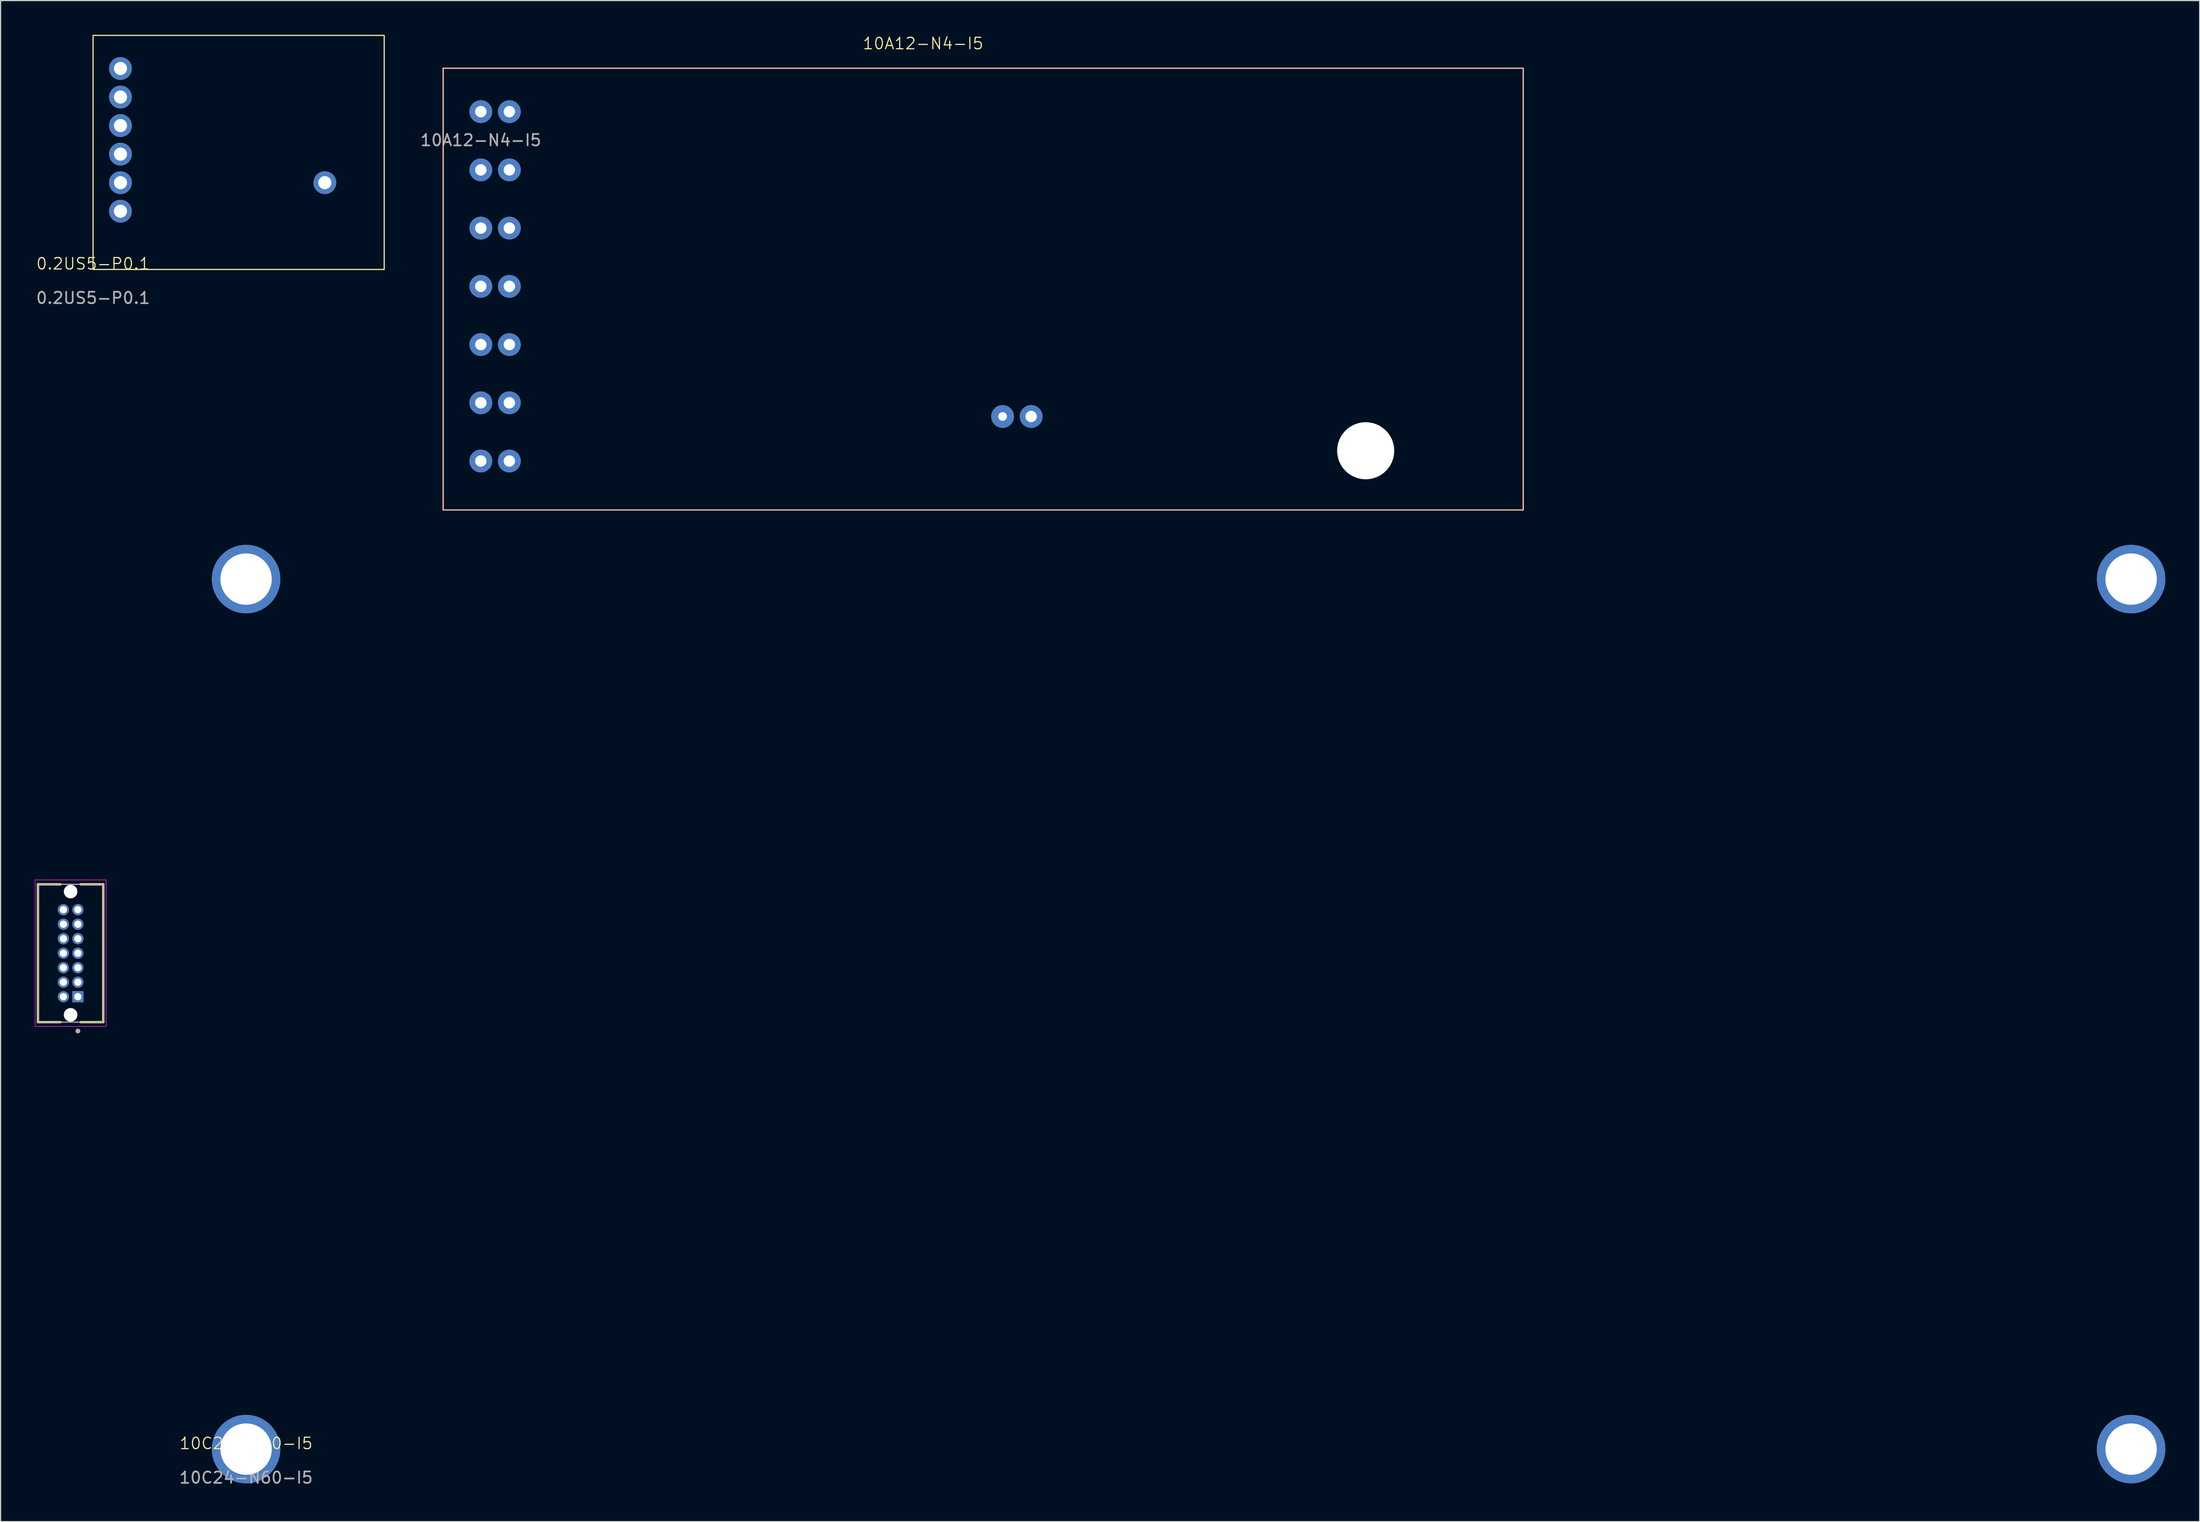
<source format=kicad_pcb>
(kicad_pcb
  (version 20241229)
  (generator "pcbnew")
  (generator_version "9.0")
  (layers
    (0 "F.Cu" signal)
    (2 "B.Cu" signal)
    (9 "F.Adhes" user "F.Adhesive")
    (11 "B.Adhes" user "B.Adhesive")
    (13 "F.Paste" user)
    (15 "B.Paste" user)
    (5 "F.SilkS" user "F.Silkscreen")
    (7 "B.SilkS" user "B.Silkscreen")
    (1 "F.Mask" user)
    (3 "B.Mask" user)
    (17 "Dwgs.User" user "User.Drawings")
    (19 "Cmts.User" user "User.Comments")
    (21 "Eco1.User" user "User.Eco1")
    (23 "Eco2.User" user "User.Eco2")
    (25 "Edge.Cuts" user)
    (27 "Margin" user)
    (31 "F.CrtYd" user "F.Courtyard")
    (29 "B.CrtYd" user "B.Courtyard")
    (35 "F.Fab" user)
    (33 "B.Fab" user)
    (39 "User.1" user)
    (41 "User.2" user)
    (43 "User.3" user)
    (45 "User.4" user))
  (footprint "10A12-N4-I5"
    (layer "F.Cu")
    (at 39.062 6.729)
    (property "Reference" "10A12-N4-I5" (at 38.735 -5.969 0) (unlocked yes) (layer "F.SilkS") (effects (font (size 1 1) (thickness 0.1))))
    (attr through_hole)
    (fp_rect (start -3.302 -3.81) (end 91.298 34.89) (stroke (width 0.1) (type default)) (fill no) (layer "F.SilkS"))
    (fp_rect (start -3.302 -3.81) (end 91.298 34.89) (stroke (width 0.1) (type default)) (fill no) (layer "B.SilkS"))
    (fp_text user "${REFERENCE}" (at 0 2.5 0) (unlocked yes) (layer "F.Fab") (effects (font (size 1 1) (thickness 0.15))))
    (pad "" np_thru_hole circle (at 77.5 29.7) (size 5 5) (drill 5) (layers "*.Cu" "*.Mask"))
    (pad "1" thru_hole circle (at 0 0) (size 2 2) (drill 1) (layers "*.Cu" "*.Mask"))
    (pad "2" thru_hole circle (at 0 5.1) (size 2 2) (drill 1) (layers "*.Cu" "*.Mask"))
    (pad "3" thru_hole circle (at 0 10.2) (size 2 2) (drill 1) (layers "*.Cu" "*.Mask"))
    (pad "4" thru_hole circle (at 0 15.3) (size 2 2) (drill 1) (layers "*.Cu" "*.Mask"))
    (pad "5" thru_hole circle (at 0 20.4) (size 2 2) (drill 1) (layers "*.Cu" "*.Mask"))
    (pad "6" thru_hole circle (at 0 25.5) (size 2 2) (drill 1) (layers "*.Cu" "*.Mask"))
    (pad "7" thru_hole circle (at 0 30.6) (size 2 2) (drill 1) (layers "*.Cu" "*.Mask"))
    (pad "8" thru_hole circle (at 2.5 0) (size 2 2) (drill 1) (layers "*.Cu" "*.Mask"))
    (pad "9" thru_hole circle (at 2.5 5.1) (size 2 2) (drill 1) (layers "*.Cu" "*.Mask"))
    (pad "10" thru_hole circle (at 2.5 10.2) (size 2 2) (drill 1) (layers "*.Cu" "*.Mask"))
    (pad "11" thru_hole circle (at 2.5 15.3) (size 2 2) (drill 1) (layers "*.Cu" "*.Mask"))
    (pad "12" thru_hole circle (at 2.5 20.4) (size 2 2) (drill 1) (layers "*.Cu" "*.Mask"))
    (pad "13" thru_hole circle (at 2.5 25.5) (size 2 2) (drill 1) (layers "*.Cu" "*.Mask"))
    (pad "14" thru_hole circle (at 2.5 30.6) (size 2 2) (drill 1) (layers "*.Cu" "*.Mask"))
    (pad "15" thru_hole circle (at 45.7 26.7) (size 2 2) (drill 0.762) (layers "*.Cu" "*.Mask"))
    (pad "16" thru_hole circle (at 48.2 26.7) (size 2 2) (drill 1) (layers "*.Cu" "*.Mask")))
  (footprint "0.2US5-P0.1"
    (layer "F.Cu")
    (at 5.101 20.55)
    (property "Reference" "0.2US5-P0.1" (at 0 -0.5 0) (unlocked yes) (layer "F.SilkS") (effects (font (size 1 1) (thickness 0.1))))
    (attr smd)
    (fp_rect (start 0 -20.5) (end 25.5 0) (stroke (width 0.1) (type default)) (fill no) (layer "F.SilkS"))
    (fp_text user "${REFERENCE}" (at 0 2.5 0) (unlocked yes) (layer "F.Fab") (effects (font (size 1 1) (thickness 0.15))))
    (pad "1" thru_hole circle (at 2.4 -17.6) (size 2 2) (drill 1.15) (layers "*.Cu" "*.Mask"))
    (pad "2" thru_hole circle (at 2.4 -15.1) (size 2 2) (drill 1.15) (layers "*.Cu" "*.Mask"))
    (pad "3" thru_hole circle (at 2.4 -12.6) (size 2 2) (drill 1.15) (layers "*.Cu" "*.Mask"))
    (pad "4" thru_hole circle (at 2.4 -10.1) (size 2 2) (drill 1.15) (layers "*.Cu" "*.Mask"))
    (pad "5" thru_hole circle (at 2.4 -7.6) (size 2 2) (drill 1.15) (layers "*.Cu" "*.Mask"))
    (pad "6" thru_hole circle (at 2.4 -5.1) (size 2 2) (drill 1.15) (layers "*.Cu" "*.Mask"))
    (pad "7" thru_hole circle (at 20.3 -7.6) (size 2 2) (drill 1.15) (layers "*.Cu" "*.Mask")))
  (footprint "10C24-N60-I5"
    (layer "F.Cu")
    (at 18.502 123.87)
    (property "Reference" "10C24-N60-I5" (at 0 -0.5 0) (unlocked yes) (layer "F.SilkS") (effects (font (size 1 1) (thickness 0.1))))
    (attr through_hole)
    (fp_line (start -18.227 -49.469) (end -18.227 -37.399) (stroke (width 0.2) (type solid)) (layer "F.SilkS"))
    (fp_line (start -18.227 -37.399) (end -16.247 -37.399) (stroke (width 0.2) (type solid)) (layer "F.SilkS"))
    (fp_line (start -16.247 -49.469) (end -18.227 -49.469) (stroke (width 0.2) (type solid)) (layer "F.SilkS"))
    (fp_line (start -14.487 -37.399) (end -12.507 -37.399) (stroke (width 0.2) (type solid)) (layer "F.SilkS"))
    (fp_line (start -12.507 -49.469) (end -14.487 -49.469) (stroke (width 0.2) (type solid)) (layer "F.SilkS"))
    (fp_line (start -12.507 -49.469) (end -12.507 -37.399) (stroke (width 0.2) (type solid)) (layer "F.SilkS"))
    (fp_circle (center -14.732 -36.616) (end -14.732 -36.716) (stroke (width 0.2) (type solid)) (fill no) (layer "F.SilkS"))
    (fp_line (start -18.477 -49.852) (end -12.257 -49.852) (stroke (width 0.05) (type solid)) (layer "F.CrtYd"))
    (fp_line (start -18.477 -37.016) (end -18.477 -49.852) (stroke (width 0.05) (type solid)) (layer "F.CrtYd"))
    (fp_line (start -12.257 -49.852) (end -12.257 -37.016) (stroke (width 0.05) (type solid)) (layer "F.CrtYd"))
    (fp_line (start -12.257 -37.016) (end -18.477 -37.016) (stroke (width 0.05) (type solid)) (layer "F.CrtYd"))
    (fp_line (start -18.227 -49.469) (end -12.507 -49.469) (stroke (width 0.1) (type solid)) (layer "F.Fab"))
    (fp_line (start -18.227 -37.399) (end -18.227 -49.469) (stroke (width 0.1) (type solid)) (layer "F.Fab"))
    (fp_line (start -12.507 -49.469) (end -12.507 -37.399) (stroke (width 0.1) (type solid)) (layer "F.Fab"))
    (fp_line (start -12.507 -37.399) (end -18.227 -37.399) (stroke (width 0.1) (type solid)) (layer "F.Fab"))
    (fp_circle (center -14.732 -36.616) (end -14.732 -36.716) (stroke (width 0.2) (type solid)) (fill no) (layer "F.Fab"))
    (fp_text user "${REFERENCE}" (at 0 2.5 0) (unlocked yes) (layer "F.Fab") (effects (font (size 1 1) (thickness 0.15))))
    (pad "" np_thru_hole circle (at -15.367 -48.832 90) (size 1.19 1.19) (drill 1.19) (layers "*.Cu" "*.Mask"))
    (pad "" np_thru_hole circle (at -15.367 -38.036 90) (size 1.19 1.19) (drill 1.19) (layers "*.Cu" "*.Mask"))
    (pad "1" thru_hole rect (at -14.732 -39.624 90) (size 0.985 0.985) (drill 0.635) (layers "*.Cu" "*.Mask"))
    (pad "2" thru_hole circle (at -14.732 -40.894 90) (size 0.985 0.985) (drill 0.635) (layers "*.Cu" "*.Mask"))
    (pad "3" thru_hole circle (at -14.732 -42.164 90) (size 0.985 0.985) (drill 0.635) (layers "*.Cu" "*.Mask"))
    (pad "4" thru_hole circle (at -14.732 -43.434 90) (size 0.985 0.985) (drill 0.635) (layers "*.Cu" "*.Mask"))
    (pad "5" thru_hole circle (at -14.732 -44.704 90) (size 0.985 0.985) (drill 0.635) (layers "*.Cu" "*.Mask"))
    (pad "6" thru_hole circle (at -14.732 -45.974 90) (size 0.985 0.985) (drill 0.635) (layers "*.Cu" "*.Mask"))
    (pad "7" thru_hole circle (at -14.732 -47.244 90) (size 0.985 0.985) (drill 0.635) (layers "*.Cu" "*.Mask"))
    (pad "8" thru_hole circle (at -16.002 -39.624 90) (size 0.985 0.985) (drill 0.635) (layers "*.Cu" "*.Mask"))
    (pad "9" thru_hole circle (at -16.002 -40.894 90) (size 0.985 0.985) (drill 0.635) (layers "*.Cu" "*.Mask"))
    (pad "10" thru_hole circle (at -16.002 -42.164 90) (size 0.985 0.985) (drill 0.635) (layers "*.Cu" "*.Mask"))
    (pad "11" thru_hole circle (at -16.002 -43.434 90) (size 0.985 0.985) (drill 0.635) (layers "*.Cu" "*.Mask"))
    (pad "12" thru_hole circle (at -16.002 -44.704 90) (size 0.985 0.985) (drill 0.635) (layers "*.Cu" "*.Mask"))
    (pad "13" thru_hole circle (at -16.002 -45.974 90) (size 0.985 0.985) (drill 0.635) (layers "*.Cu" "*.Mask"))
    (pad "14" thru_hole circle (at -16.002 -47.244 90) (size 0.985 0.985) (drill 0.635) (layers "*.Cu" "*.Mask"))
    (pad "A" thru_hole circle (at 0 -76.2) (size 6 6) (drill 4.5) (layers "*.Cu" "*.Mask"))
    (pad "A" thru_hole circle (at 0 0) (size 6 6) (drill 4.5) (layers "*.Cu" "*.Mask"))
    (pad "A" thru_hole circle (at 165.1 -76.2) (size 6 6) (drill 4.5) (layers "*.Cu" "*.Mask"))
    (pad "A" thru_hole circle (at 165.1 0) (size 6 6) (drill 4.5) (layers "*.Cu" "*.Mask")))
  (gr_rect
    (start -3 -3)
    (end 189.602 130.218)
    (stroke (width 0.1) (type default))
    (fill no)
    (layer "Edge.Cuts")))
</source>
